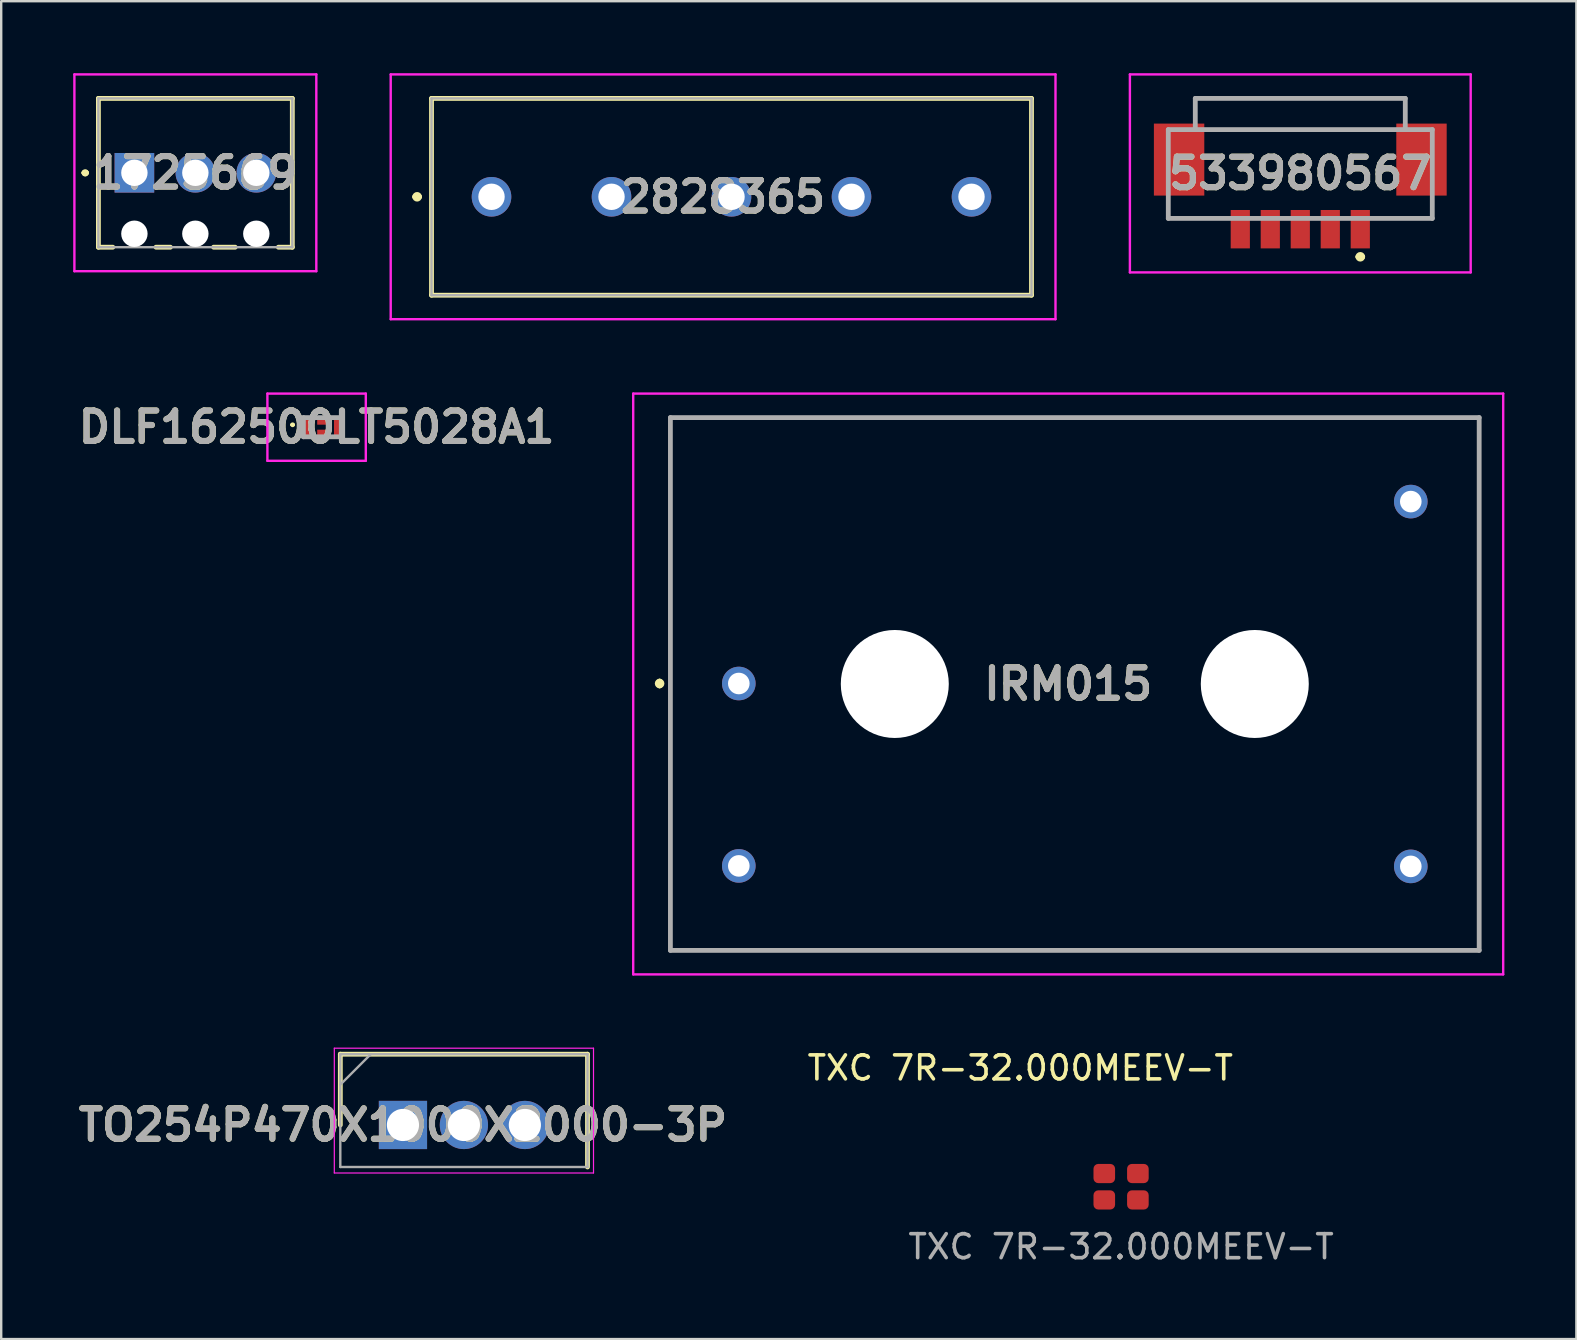
<source format=kicad_pcb>
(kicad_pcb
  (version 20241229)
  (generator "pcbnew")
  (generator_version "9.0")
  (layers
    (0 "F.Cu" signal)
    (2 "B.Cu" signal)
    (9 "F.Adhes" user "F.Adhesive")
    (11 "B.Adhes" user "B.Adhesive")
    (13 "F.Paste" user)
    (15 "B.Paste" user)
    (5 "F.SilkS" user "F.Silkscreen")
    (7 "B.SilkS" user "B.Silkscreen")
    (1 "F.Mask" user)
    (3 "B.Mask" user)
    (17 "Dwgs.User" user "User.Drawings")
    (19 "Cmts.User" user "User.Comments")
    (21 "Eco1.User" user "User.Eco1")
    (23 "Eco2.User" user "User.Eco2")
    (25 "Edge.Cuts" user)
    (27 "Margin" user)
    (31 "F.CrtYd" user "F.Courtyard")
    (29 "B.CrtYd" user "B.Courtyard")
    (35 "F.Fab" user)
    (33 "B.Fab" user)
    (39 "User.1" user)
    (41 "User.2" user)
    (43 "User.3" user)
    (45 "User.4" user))
  (footprint "1725669"
    (layer "F.Cu")
    (at 2.55 4.15)
    (property "Reference" "1725669" (at 2.54 0 0) (layer "F.SilkS") (effects (font (size 1.27 1.27) (thickness 0.254))))
    (attr through_hole)
    (fp_line (start -2.1 0) (end -2.1 0) (stroke (width 0.2) (type solid)) (layer "F.SilkS"))
    (fp_line (start -2.1 0) (end -2.1 0) (stroke (width 0.2) (type solid)) (layer "F.SilkS"))
    (fp_line (start -2 0) (end -2 0) (stroke (width 0.2) (type solid)) (layer "F.SilkS"))
    (fp_line (start -1.5 -3.1) (end 6.58 -3.1) (stroke (width 0.2) (type solid)) (layer "F.SilkS"))
    (fp_line (start -1.5 3.1) (end -1.5 -3.1) (stroke (width 0.2) (type solid)) (layer "F.SilkS"))
    (fp_line (start -0.9 3.1) (end -1.5 3.1) (stroke (width 0.2) (type solid)) (layer "F.SilkS"))
    (fp_line (start 1.5 3.1) (end 0.9 3.1) (stroke (width 0.2) (type solid)) (layer "F.SilkS"))
    (fp_line (start 4.2 3.1) (end 3.3 3.1) (stroke (width 0.2) (type solid)) (layer "F.SilkS"))
    (fp_line (start 6.58 -3.1) (end 6.58 3.1) (stroke (width 0.2) (type solid)) (layer "F.SilkS"))
    (fp_line (start 6.58 3.1) (end 6 3.1) (stroke (width 0.2) (type solid)) (layer "F.SilkS"))
    (fp_arc (start -2.1 0) (mid -2.05 -0.05) (end -2 0) (stroke (width 0.2) (type solid)) (layer "F.SilkS"))
    (fp_arc (start -2 0) (mid -2.05 0.05) (end -2.1 0) (stroke (width 0.2) (type solid)) (layer "F.SilkS"))
    (fp_arc (start -2 0) (mid -2.05 0.05) (end -2.1 0) (stroke (width 0.2) (type solid)) (layer "F.SilkS"))
    (fp_line (start -2.5 -4.1) (end 7.58 -4.1) (stroke (width 0.1) (type solid)) (layer "F.CrtYd"))
    (fp_line (start -2.5 4.1) (end -2.5 -4.1) (stroke (width 0.1) (type solid)) (layer "F.CrtYd"))
    (fp_line (start 7.58 -4.1) (end 7.58 4.1) (stroke (width 0.1) (type solid)) (layer "F.CrtYd"))
    (fp_line (start 7.58 4.1) (end -2.5 4.1) (stroke (width 0.1) (type solid)) (layer "F.CrtYd"))
    (fp_line (start -1.5 -3.1) (end -1.5 3.1) (stroke (width 0.1) (type solid)) (layer "F.Fab"))
    (fp_line (start -1.5 3.1) (end 6.58 3.1) (stroke (width 0.1) (type solid)) (layer "F.Fab"))
    (fp_line (start 6.58 -3.1) (end -1.5 -3.1) (stroke (width 0.1) (type solid)) (layer "F.Fab"))
    (fp_line (start 6.58 3.1) (end 6.58 -3.1) (stroke (width 0.1) (type solid)) (layer "F.Fab"))
    (fp_text user "${REFERENCE}" (at 2.54 0 0) (layer "F.Fab") (effects (font (size 1.27 1.27) (thickness 0.254))))
    (pad "" np_thru_hole circle (at 0 2.54) (size 1.1 1.1) (drill 1.1) (layers "*.Cu" "*.Mask"))
    (pad "" np_thru_hole circle (at 2.54 2.54) (size 1.1 1.1) (drill 1.1) (layers "*.Cu" "*.Mask"))
    (pad "" np_thru_hole circle (at 5.08 2.54) (size 1.1 1.1) (drill 1.1) (layers "*.Cu" "*.Mask"))
    (pad "1" thru_hole rect (at 0 0) (size 1.65 1.65) (drill 1.1) (layers "*.Cu" "*.Mask"))
    (pad "2" thru_hole circle (at 2.54 0) (size 1.65 1.65) (drill 1.1) (layers "*.Cu" "*.Mask"))
    (pad "3" thru_hole circle (at 5.08 0) (size 1.65 1.65) (drill 1.1) (layers "*.Cu" "*.Mask")))
  (footprint "DLF162500LT5028A1"
    (layer "F.Cu")
    (at 10.392 14.75)
    (property "Reference" "DLF162500LT5028A1" (at -0.25 0 0) (layer "F.SilkS") (effects (font (size 1.27 1.27) (thickness 0.254))))
    (attr smd)
    (fp_line (start -1.3 -0.1) (end -1.3 -0.1) (stroke (width 0.1) (type solid)) (layer "F.SilkS"))
    (fp_line (start -1.2 -0.1) (end -1.2 -0.1) (stroke (width 0.1) (type solid)) (layer "F.SilkS"))
    (fp_arc (start -1.3 -0.1) (mid -1.25 -0.15) (end -1.2 -0.1) (stroke (width 0.1) (type solid)) (layer "F.SilkS"))
    (fp_arc (start -1.2 -0.1) (mid -1.25 -0.05) (end -1.3 -0.1) (stroke (width 0.1) (type solid)) (layer "F.SilkS"))
    (fp_line (start -2.3 -1.4) (end -2.3 1.4) (stroke (width 0.1) (type solid)) (layer "F.CrtYd"))
    (fp_line (start -2.3 1.4) (end 1.8 1.4) (stroke (width 0.1) (type solid)) (layer "F.CrtYd"))
    (fp_line (start 1.8 -1.4) (end -2.3 -1.4) (stroke (width 0.1) (type solid)) (layer "F.CrtYd"))
    (fp_line (start 1.8 1.4) (end 1.8 -1.4) (stroke (width 0.1) (type solid)) (layer "F.CrtYd"))
    (fp_line (start -0.8 -0.4) (end -0.8 0.4) (stroke (width 0.2) (type solid)) (layer "F.Fab"))
    (fp_line (start -0.8 0.4) (end 0.8 0.4) (stroke (width 0.2) (type solid)) (layer "F.Fab"))
    (fp_line (start 0.8 -0.4) (end -0.8 -0.4) (stroke (width 0.2) (type solid)) (layer "F.Fab"))
    (fp_line (start 0.8 0.4) (end 0.8 -0.4) (stroke (width 0.2) (type solid)) (layer "F.Fab"))
    (fp_text user "${REFERENCE}" (at -0.25 0 0) (layer "F.Fab") (effects (font (size 1.27 1.27) (thickness 0.254))))
    (pad "1" smd rect (at -0.612 0) (size 0.275 0.7) (layers "F.Cu" "F.Mask" "F.Paste"))
    (pad "2" smd rect (at 0 0.227 90) (size 0.245 0.45) (layers "F.Cu" "F.Mask" "F.Paste"))
    (pad "3" smd rect (at 0.613 0) (size 0.275 0.7) (layers "F.Cu" "F.Mask" "F.Paste"))
    (pad "4" smd rect (at 0 -0.227 90) (size 0.245 0.45) (layers "F.Cu" "F.Mask" "F.Paste")))
  (footprint "533980567"
    (layer "F.Cu")
    (at 51.13 4.175)
    (property "Reference" "533980567" (at 0 0 0) (layer "F.SilkS") (effects (font (size 1.27 1.27) (thickness 0.254))))
    (attr smd)
    (fp_line (start -5.5 1.875) (end -5.5 1.375) (stroke (width 0.1) (type solid)) (layer "F.SilkS"))
    (fp_line (start -4.375 -3.125) (end 4.375 -3.125) (stroke (width 0.1) (type solid)) (layer "F.SilkS"))
    (fp_line (start -4.375 -2.625) (end -4.375 -3.125) (stroke (width 0.1) (type solid)) (layer "F.SilkS"))
    (fp_line (start -3.5 -1.825) (end 3.5 -1.825) (stroke (width 0.1) (type solid)) (layer "F.SilkS"))
    (fp_line (start -3.5 1.875) (end -5.5 1.875) (stroke (width 0.1) (type solid)) (layer "F.SilkS"))
    (fp_line (start 2.4 3.475) (end 2.4 3.475) (stroke (width 0.2) (type solid)) (layer "F.SilkS"))
    (fp_line (start 2.6 3.475) (end 2.6 3.475) (stroke (width 0.2) (type solid)) (layer "F.SilkS"))
    (fp_line (start 3.5 1.875) (end 5.5 1.875) (stroke (width 0.1) (type solid)) (layer "F.SilkS"))
    (fp_line (start 4.375 -3.125) (end 4.375 -2.625) (stroke (width 0.1) (type solid)) (layer "F.SilkS"))
    (fp_line (start 5.5 1.875) (end 5.5 1.375) (stroke (width 0.1) (type solid)) (layer "F.SilkS"))
    (fp_arc (start 2.4 3.475) (mid 2.5 3.375) (end 2.6 3.475) (stroke (width 0.2) (type solid)) (layer "F.SilkS"))
    (fp_arc (start 2.6 3.475) (mid 2.5 3.575) (end 2.4 3.475) (stroke (width 0.2) (type solid)) (layer "F.SilkS"))
    (fp_line (start -7.1 -4.125) (end 7.1 -4.125) (stroke (width 0.1) (type solid)) (layer "F.CrtYd"))
    (fp_line (start -7.1 4.125) (end -7.1 -4.125) (stroke (width 0.1) (type solid)) (layer "F.CrtYd"))
    (fp_line (start 7.1 -4.125) (end 7.1 4.125) (stroke (width 0.1) (type solid)) (layer "F.CrtYd"))
    (fp_line (start 7.1 4.125) (end -7.1 4.125) (stroke (width 0.1) (type solid)) (layer "F.CrtYd"))
    (fp_line (start -5.5 -1.825) (end 5.5 -1.825) (stroke (width 0.2) (type solid)) (layer "F.Fab"))
    (fp_line (start -5.5 1.875) (end -5.5 -1.825) (stroke (width 0.2) (type solid)) (layer "F.Fab"))
    (fp_line (start -4.375 -3.125) (end 4.375 -3.125) (stroke (width 0.2) (type solid)) (layer "F.Fab"))
    (fp_line (start -4.375 -1.825) (end -4.375 -3.125) (stroke (width 0.2) (type solid)) (layer "F.Fab"))
    (fp_line (start 4.375 -3.125) (end 4.375 -1.825) (stroke (width 0.2) (type solid)) (layer "F.Fab"))
    (fp_line (start 5.5 -1.825) (end 5.5 1.875) (stroke (width 0.2) (type solid)) (layer "F.Fab"))
    (fp_line (start 5.5 1.875) (end -5.5 1.875) (stroke (width 0.2) (type solid)) (layer "F.Fab"))
    (fp_text user "${REFERENCE}" (at 0 0 0) (layer "F.Fab") (effects (font (size 1.27 1.27) (thickness 0.254))))
    (pad "1" smd rect (at 2.5 2.325) (size 0.8 1.6) (layers "F.Cu" "F.Mask" "F.Paste"))
    (pad "2" smd rect (at 1.25 2.325) (size 0.8 1.6) (layers "F.Cu" "F.Mask" "F.Paste"))
    (pad "3" smd rect (at 0 2.325) (size 0.8 1.6) (layers "F.Cu" "F.Mask" "F.Paste"))
    (pad "4" smd rect (at -1.25 2.325) (size 0.8 1.6) (layers "F.Cu" "F.Mask" "F.Paste"))
    (pad "5" smd rect (at -2.5 2.325) (size 0.8 1.6) (layers "F.Cu" "F.Mask" "F.Paste"))
    (pad "6" smd rect (at -5.05 -0.575) (size 2.1 3) (layers "F.Cu" "F.Mask" "F.Paste"))
    (pad "7" smd rect (at 5.05 -0.575) (size 2.1 3) (layers "F.Cu" "F.Mask" "F.Paste")))
  (footprint "IRM015"
    (layer "F.Cu")
    (at 27.734 25.43)
    (property "Reference" "IRM015" (at 13.725 0.02 0) (layer "F.SilkS") (effects (font (size 1.27 1.27) (thickness 0.254))))
    (attr through_hole)
    (fp_line (start -3.3 -0.1) (end -3.3 -0.1) (stroke (width 0.2) (type solid)) (layer "F.SilkS"))
    (fp_line (start -3.3 0.1) (end -3.3 0.1) (stroke (width 0.2) (type solid)) (layer "F.SilkS"))
    (fp_line (start -2.85 -11.08) (end 30.85 -11.08) (stroke (width 0.1) (type solid)) (layer "F.SilkS"))
    (fp_line (start -2.85 11.12) (end -2.85 -11.08) (stroke (width 0.1) (type solid)) (layer "F.SilkS"))
    (fp_line (start 30.85 -11.08) (end 30.85 11.12) (stroke (width 0.1) (type solid)) (layer "F.SilkS"))
    (fp_line (start 30.85 11.12) (end -2.85 11.12) (stroke (width 0.1) (type solid)) (layer "F.SilkS"))
    (fp_arc (start -3.3 -0.1) (mid -3.2 0) (end -3.3 0.1) (stroke (width 0.2) (type solid)) (layer "F.SilkS"))
    (fp_arc (start -3.3 0.1) (mid -3.4 0) (end -3.3 -0.1) (stroke (width 0.2) (type solid)) (layer "F.SilkS"))
    (fp_line (start -4.4 -12.08) (end 31.85 -12.08) (stroke (width 0.1) (type solid)) (layer "F.CrtYd"))
    (fp_line (start -4.4 12.12) (end -4.4 -12.08) (stroke (width 0.1) (type solid)) (layer "F.CrtYd"))
    (fp_line (start 31.85 -12.08) (end 31.85 12.12) (stroke (width 0.1) (type solid)) (layer "F.CrtYd"))
    (fp_line (start 31.85 12.12) (end -4.4 12.12) (stroke (width 0.1) (type solid)) (layer "F.CrtYd"))
    (fp_line (start -2.85 -11.08) (end 30.85 -11.08) (stroke (width 0.2) (type solid)) (layer "F.Fab"))
    (fp_line (start -2.85 11.12) (end -2.85 -11.08) (stroke (width 0.2) (type solid)) (layer "F.Fab"))
    (fp_line (start 30.85 -11.08) (end 30.85 11.12) (stroke (width 0.2) (type solid)) (layer "F.Fab"))
    (fp_line (start 30.85 11.12) (end -2.85 11.12) (stroke (width 0.2) (type solid)) (layer "F.Fab"))
    (fp_text user "${REFERENCE}" (at 13.725 0.02 0) (layer "F.Fab") (effects (font (size 1.27 1.27) (thickness 0.254))))
    (pad "" np_thru_hole circle (at 6.5 0.02) (size 4.5 4.5) (drill 4.5) (layers "*.Cu" "*.Mask"))
    (pad "" np_thru_hole circle (at 21.5 0.02) (size 4.5 4.5) (drill 4.5) (layers "*.Cu" "*.Mask"))
    (pad "1" thru_hole circle (at 0 0) (size 1.4 1.4) (drill 0.9) (layers "*.Cu" "*.Mask"))
    (pad "2" thru_hole circle (at 0 7.6) (size 1.4 1.4) (drill 0.9) (layers "*.Cu" "*.Mask"))
    (pad "3" thru_hole circle (at 28 7.62) (size 1.4 1.4) (drill 0.9) (layers "*.Cu" "*.Mask"))
    (pad "4" thru_hole circle (at 28 -7.58) (size 1.4 1.4) (drill 0.9) (layers "*.Cu" "*.Mask")))
  (footprint "2828365"
    (layer "F.Cu")
    (at 17.43 5.15)
    (property "Reference" "2828365" (at 9.65 0 0) (layer "F.SilkS") (effects (font (size 1.27 1.27) (thickness 0.254))))
    (attr through_hole)
    (fp_line (start -3.2 0) (end -3.2 0) (stroke (width 0.2) (type solid)) (layer "F.SilkS"))
    (fp_line (start -3 0) (end -3 0) (stroke (width 0.2) (type solid)) (layer "F.SilkS"))
    (fp_line (start -2.5 -4.1) (end 22.5 -4.1) (stroke (width 0.2) (type solid)) (layer "F.SilkS"))
    (fp_line (start -2.5 4.1) (end -2.5 -4.1) (stroke (width 0.2) (type solid)) (layer "F.SilkS"))
    (fp_line (start 22.5 -4.1) (end 22.5 4.1) (stroke (width 0.2) (type solid)) (layer "F.SilkS"))
    (fp_line (start 22.5 4.1) (end -2.5 4.1) (stroke (width 0.2) (type solid)) (layer "F.SilkS"))
    (fp_arc (start -3.2 0) (mid -3.1 -0.1) (end -3 0) (stroke (width 0.2) (type solid)) (layer "F.SilkS"))
    (fp_arc (start -3 0) (mid -3.1 0.1) (end -3.2 0) (stroke (width 0.2) (type solid)) (layer "F.SilkS"))
    (fp_line (start -4.2 -5.1) (end 23.5 -5.1) (stroke (width 0.1) (type solid)) (layer "F.CrtYd"))
    (fp_line (start -4.2 5.1) (end -4.2 -5.1) (stroke (width 0.1) (type solid)) (layer "F.CrtYd"))
    (fp_line (start 23.5 -5.1) (end 23.5 5.1) (stroke (width 0.1) (type solid)) (layer "F.CrtYd"))
    (fp_line (start 23.5 5.1) (end -4.2 5.1) (stroke (width 0.1) (type solid)) (layer "F.CrtYd"))
    (fp_line (start -2.5 -4.1) (end 22.5 -4.1) (stroke (width 0.1) (type solid)) (layer "F.Fab"))
    (fp_line (start -2.5 4.1) (end -2.5 -4.1) (stroke (width 0.1) (type solid)) (layer "F.Fab"))
    (fp_line (start 22.5 -4.1) (end 22.5 4.1) (stroke (width 0.1) (type solid)) (layer "F.Fab"))
    (fp_line (start 22.5 4.1) (end -2.5 4.1) (stroke (width 0.1) (type solid)) (layer "F.Fab"))
    (fp_text user "${REFERENCE}" (at 9.65 0 0) (layer "F.Fab") (effects (font (size 1.27 1.27) (thickness 0.254))))
    (pad "1" thru_hole circle (at 0 0) (size 1.65 1.65) (drill 1.1) (layers "*.Cu" "*.Mask"))
    (pad "2" thru_hole circle (at 5 0) (size 1.65 1.65) (drill 1.1) (layers "*.Cu" "*.Mask"))
    (pad "3" thru_hole circle (at 10 0) (size 1.65 1.65) (drill 1.1) (layers "*.Cu" "*.Mask"))
    (pad "4" thru_hole circle (at 15 0) (size 1.65 1.65) (drill 1.1) (layers "*.Cu" "*.Mask"))
    (pad "5" thru_hole circle (at 20 0) (size 1.65 1.65) (drill 1.1) (layers "*.Cu" "*.Mask")))
  (footprint "TO254P470X1000X2000-3P"
    (layer "F.Cu")
    (at 13.74 43.825)
    (property "Reference" "TO254P470X1000X2000-3P" (at 0 0 0) (layer "F.SilkS") (effects (font (size 1.27 1.27) (thickness 0.254))))
    (attr through_hole)
    (fp_line (start -2.61 -2.95) (end -2.61 0) (stroke (width 0.2) (type solid)) (layer "F.SilkS"))
    (fp_line (start 7.69 -2.95) (end -2.61 -2.95) (stroke (width 0.2) (type solid)) (layer "F.SilkS"))
    (fp_line (start 7.69 1.75) (end 7.69 -2.95) (stroke (width 0.2) (type solid)) (layer "F.SilkS"))
    (fp_line (start -2.86 -3.2) (end 7.94 -3.2) (stroke (width 0.05) (type solid)) (layer "F.CrtYd"))
    (fp_line (start -2.86 2) (end -2.86 -3.2) (stroke (width 0.05) (type solid)) (layer "F.CrtYd"))
    (fp_line (start 7.94 -3.2) (end 7.94 2) (stroke (width 0.05) (type solid)) (layer "F.CrtYd"))
    (fp_line (start 7.94 2) (end -2.86 2) (stroke (width 0.05) (type solid)) (layer "F.CrtYd"))
    (fp_line (start -2.61 -2.95) (end 7.69 -2.95) (stroke (width 0.1) (type solid)) (layer "F.Fab"))
    (fp_line (start -2.61 -1.68) (end -1.34 -2.95) (stroke (width 0.1) (type solid)) (layer "F.Fab"))
    (fp_line (start -2.61 1.75) (end -2.61 -2.95) (stroke (width 0.1) (type solid)) (layer "F.Fab"))
    (fp_line (start 7.69 -2.95) (end 7.69 1.75) (stroke (width 0.1) (type solid)) (layer "F.Fab"))
    (fp_line (start 7.69 1.75) (end -2.61 1.75) (stroke (width 0.1) (type solid)) (layer "F.Fab"))
    (fp_text user "${REFERENCE}" (at 0 0 0) (layer "F.Fab") (effects (font (size 1.27 1.27) (thickness 0.254))))
    (pad "1" thru_hole rect (at 0 0) (size 2.01 2.01) (drill 1.34) (layers "*.Cu" "*.Mask"))
    (pad "2" thru_hole circle (at 2.54 0) (size 2.01 2.01) (drill 1.34) (layers "*.Cu" "*.Mask"))
    (pad "3" thru_hole circle (at 5.08 0) (size 2.01 2.01) (drill 1.34) (layers "*.Cu" "*.Mask")))
  (footprint "TXC 7R-32.000MEEV-T"
    (layer "F.Cu")
    (at 43.663 46.398)
    (property "Reference" "TXC 7R-32.000MEEV-T" (at -4.2 -4.95 0) (unlocked yes) (layer "F.SilkS") (effects (font (size 1 1) (thickness 0.15))))
    (attr smd)
    (fp_text user "${REFERENCE}" (at 0 2.5 0) (unlocked yes) (layer "F.Fab") (effects (font (size 1 1) (thickness 0.15))))
    (pad "1" smd roundrect (at -0.7 0.55) (size 0.9 0.8) (layers "F.Cu" "F.Mask" "F.Paste") (roundrect_rratio 0.25))
    (pad "2" smd roundrect (at 0.7 0.55) (size 0.9 0.8) (layers "F.Cu" "F.Mask" "F.Paste") (roundrect_rratio 0.25))
    (pad "3" smd roundrect (at 0.7 -0.55) (size 0.9 0.8) (layers "F.Cu" "F.Mask" "F.Paste") (roundrect_rratio 0.25))
    (pad "4" smd roundrect (at -0.7 -0.55) (size 0.9 0.8) (layers "F.Cu" "F.Mask" "F.Paste") (roundrect_rratio 0.25)))
  (gr_rect
    (start -3 -3)
    (end 62.634 52.746)
    (stroke (width 0.1) (type default))
    (fill no)
    (layer "Edge.Cuts")))
</source>
